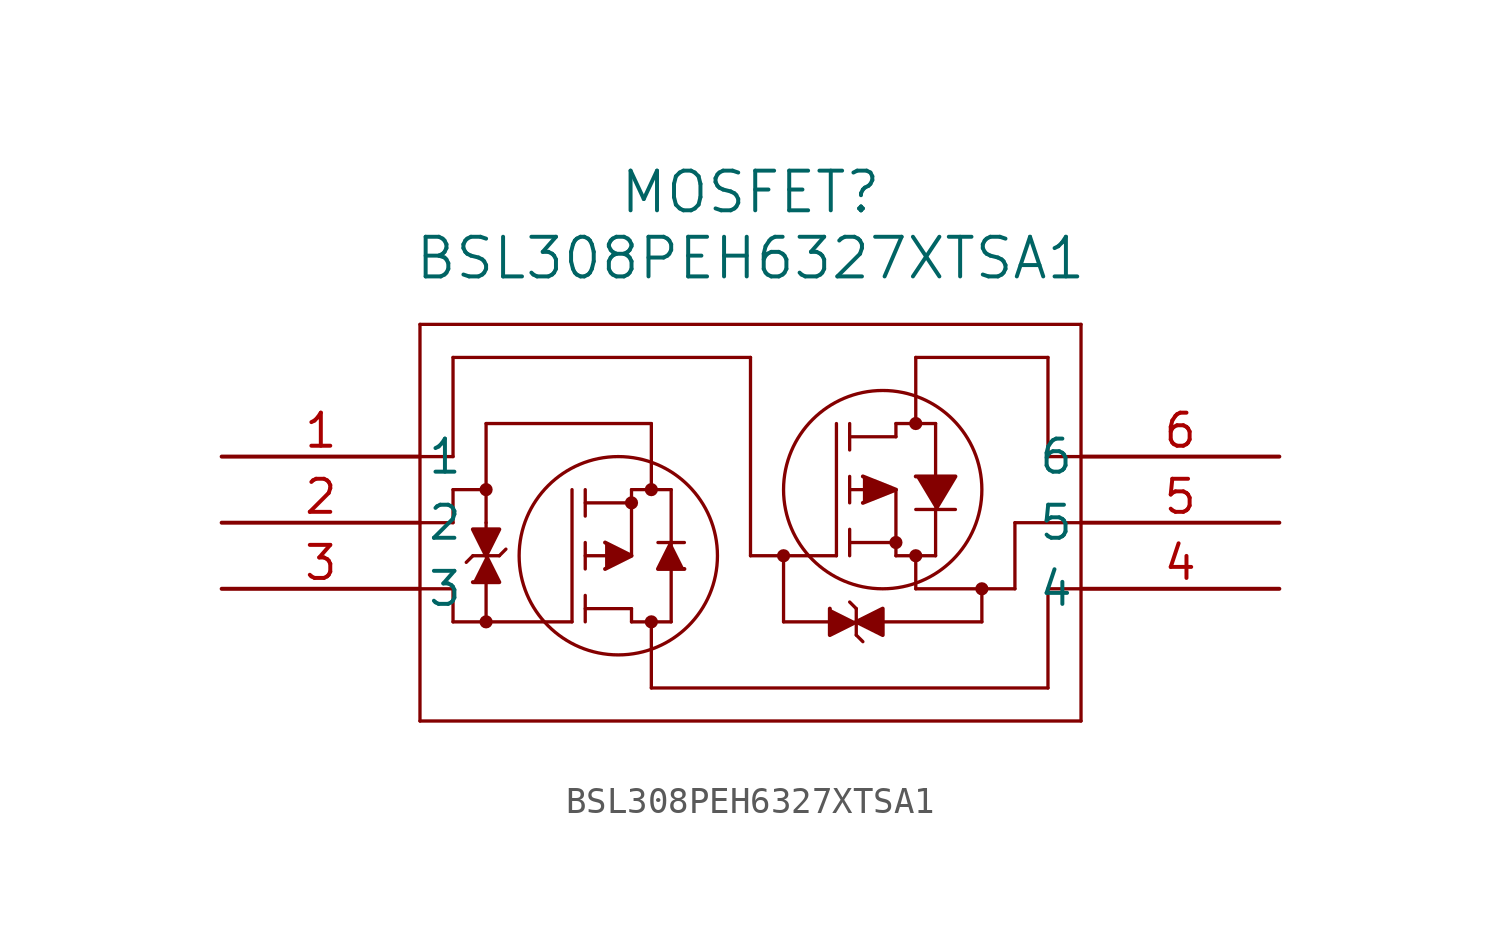
<source format=kicad_sym>
(kicad_symbol_lib
  (version 20211014)
  (generator kicad_symbol_editor)
  (symbol "BSL308PEH6327XTSA1"
    (pin_names
      (offset 0.254))
    (property "Reference" "MOSFET"
      (at 20.32 10.16 0)
      (effects (font (size 1.524 1.524))))
    (property "Value" "BSL308PEH6327XTSA1"
      (at 20.32 7.62 0)
      (effects (font (size 1.524 1.524))))
    (polyline
      (pts (xy 7.62 5.08) (xy 7.62 -10.16))
      (stroke (width 0.127) (type default) (color 0 0 0 0))
      (fill (type none)))
    (polyline
      (pts (xy 7.62 -10.16) (xy 33.02 -10.16))
      (stroke (width 0.127) (type default) (color 0 0 0 0))
      (fill (type none)))
    (polyline
      (pts (xy 33.02 -10.16) (xy 33.02 5.08))
      (stroke (width 0.127) (type default) (color 0 0 0 0))
      (fill (type none)))
    (polyline
      (pts (xy 33.02 5.08) (xy 7.62 5.08))
      (stroke (width 0.127) (type default) (color 0 0 0 0))
      (fill (type none)))
    (circle
      (center 26.67 1.27)
      (radius 0.127)
      (stroke (width 0.254) (type default) (color 0 0 0 0))
      (fill (type none)))
    (circle
      (center 26.67 -3.81)
      (radius 0.127)
      (stroke (width 0.254) (type default) (color 0 0 0 0))
      (fill (type none)))
    (circle
      (center 25.908 -3.302)
      (radius 0.127)
      (stroke (width 0.254) (type default) (color 0 0 0 0))
      (fill (type none)))
    (circle
      (center 25.4 -1.27)
      (radius 3.81)
      (stroke (width 0.127) (type default) (color 0 0 0 0))
      (fill (type none)))
    (polyline
      (pts (xy 21.59 -3.81) (xy 21.59 -6.35))
      (stroke (width 0.127) (type default) (color 0 0 0 0))
      (fill (type none)))
    (polyline
      (pts (xy 23.622 -3.81) (xy 23.622 1.27))
      (stroke (width 0.127) (type default) (color 0 0 0 0))
      (fill (type none)))
    (polyline
      (pts (xy 24.13 -1.778) (xy 24.13 -0.762))
      (stroke (width 0.127) (type default) (color 0 0 0 0))
      (fill (type none)))
    (polyline
      (pts (xy 24.13 -3.81) (xy 24.13 -2.794))
      (stroke (width 0.127) (type default) (color 0 0 0 0))
      (fill (type none)))
    (polyline
      (pts (xy 24.13 0.254) (xy 24.13 1.27))
      (stroke (width 0.127) (type default) (color 0 0 0 0))
      (fill (type none)))
    (polyline
      (pts (xy 25.908 -1.27) (xy 24.13 -1.27))
      (stroke (width 0.127) (type default) (color 0 0 0 0))
      (fill (type none)))
    (polyline
      (pts (xy 24.13 -3.302) (xy 25.908 -3.302))
      (stroke (width 0.127) (type default) (color 0 0 0 0))
      (fill (type none)))
    (polyline
      (pts (xy 25.908 -3.81) (xy 25.908 -1.27))
      (stroke (width 0.127) (type default) (color 0 0 0 0))
      (fill (type none)))
    (polyline
      (pts (xy 25.908 -3.81) (xy 27.432 -3.81))
      (stroke (width 0.127) (type default) (color 0 0 0 0))
      (fill (type none)))
    (polyline
      (pts (xy 24.13 0.762) (xy 25.908 0.762))
      (stroke (width 0.127) (type default) (color 0 0 0 0))
      (fill (type none)))
    (polyline
      (pts (xy 27.432 -0.762) (xy 27.432 1.27))
      (stroke (width 0.127) (type default) (color 0 0 0 0))
      (fill (type none)))
    (polyline
      (pts (xy 27.432 -3.81) (xy 27.432 -2.032))
      (stroke (width 0.127) (type default) (color 0 0 0 0))
      (fill (type none)))
    (polyline
      (pts (xy 26.67 -2.032) (xy 28.194 -2.032))
      (stroke (width 0.127) (type default) (color 0 0 0 0))
      (fill (type none)))
    (polyline
      (pts (xy 25.908 1.27) (xy 27.432 1.27))
      (stroke (width 0.127) (type default) (color 0 0 0 0))
      (fill (type none)))
    (polyline
      (pts (xy 25.908 0.762) (xy 25.908 1.27))
      (stroke (width 0.127) (type default) (color 0 0 0 0))
      (fill (type none)))
    (polyline
      (pts (xy 24.638 -1.778) (xy 25.908 -1.27) (xy 24.638 -0.762))
      (stroke (width 0) (type default) (color 0 0 0 0))
      (fill (type outline)))
    (polyline
      (pts (xy 26.67 -0.762) (xy 28.194 -0.762) (xy 27.432 -2.032))
      (stroke (width 0) (type default) (color 0 0 0 0))
      (fill (type outline)))
    (polyline
      (pts (xy 33.02 0) (xy 31.75 0))
      (stroke (width 0.127) (type default) (color 0 0 0 0))
      (fill (type none)))
    (polyline
      (pts (xy 31.75 0) (xy 31.75 3.81))
      (stroke (width 0.127) (type default) (color 0 0 0 0))
      (fill (type none)))
    (polyline
      (pts (xy 31.75 3.81) (xy 26.67 3.81))
      (stroke (width 0.127) (type default) (color 0 0 0 0))
      (fill (type none)))
    (polyline
      (pts (xy 26.67 3.81) (xy 26.67 1.27))
      (stroke (width 0.127) (type default) (color 0 0 0 0))
      (fill (type none)))
    (polyline
      (pts (xy 33.02 -2.54) (xy 30.48 -2.54))
      (stroke (width 0.127) (type default) (color 0 0 0 0))
      (fill (type none)))
    (polyline
      (pts (xy 30.48 -2.54) (xy 30.48 -5.08))
      (stroke (width 0.127) (type default) (color 0 0 0 0))
      (fill (type none)))
    (polyline
      (pts (xy 30.48 -5.08) (xy 26.67 -5.08))
      (stroke (width 0.127) (type default) (color 0 0 0 0))
      (fill (type none)))
    (polyline
      (pts (xy 26.67 -5.08) (xy 26.67 -3.81))
      (stroke (width 0.127) (type default) (color 0 0 0 0))
      (fill (type none)))
    (polyline
      (pts (xy 33.02 -5.08) (xy 31.75 -5.08))
      (stroke (width 0.127) (type default) (color 0 0 0 0))
      (fill (type none)))
    (polyline
      (pts (xy 31.75 -5.08) (xy 31.75 -8.89))
      (stroke (width 0.127) (type default) (color 0 0 0 0))
      (fill (type none)))
    (polyline
      (pts (xy 23.622 -3.81) (xy 20.32 -3.81))
      (stroke (width 0.127) (type default) (color 0 0 0 0))
      (fill (type none)))
    (polyline
      (pts (xy 20.32 3.81) (xy 20.32 -3.81))
      (stroke (width 0.127) (type default) (color 0 0 0 0))
      (fill (type none)))
    (polyline
      (pts (xy 8.89 0) (xy 7.62 0))
      (stroke (width 0.127) (type default) (color 0 0 0 0))
      (fill (type none)))
    (circle
      (center 16.51 -6.35)
      (radius 0.127)
      (stroke (width 0.254) (type default) (color 0 0 0 0))
      (fill (type none)))
    (circle
      (center 16.51 -1.27)
      (radius 0.127)
      (stroke (width 0.254) (type default) (color 0 0 0 0))
      (fill (type none)))
    (circle
      (center 15.748 -1.778)
      (radius 0.127)
      (stroke (width 0.254) (type default) (color 0 0 0 0))
      (fill (type none)))
    (circle
      (center 15.24 -3.81)
      (radius 3.81)
      (stroke (width 0.127) (type default) (color 0 0 0 0))
      (fill (type none)))
    (polyline
      (pts (xy 7.62 -5.08) (xy 8.89 -5.08))
      (stroke (width 0.127) (type default) (color 0 0 0 0))
      (fill (type none)))
    (polyline
      (pts (xy 13.462 -1.27) (xy 13.462 -6.35))
      (stroke (width 0.127) (type default) (color 0 0 0 0))
      (fill (type none)))
    (polyline
      (pts (xy 13.97 -3.302) (xy 13.97 -4.318))
      (stroke (width 0.127) (type default) (color 0 0 0 0))
      (fill (type none)))
    (polyline
      (pts (xy 13.97 -1.27) (xy 13.97 -2.286))
      (stroke (width 0.127) (type default) (color 0 0 0 0))
      (fill (type none)))
    (polyline
      (pts (xy 13.97 -5.334) (xy 13.97 -6.35))
      (stroke (width 0.127) (type default) (color 0 0 0 0))
      (fill (type none)))
    (polyline
      (pts (xy 13.97 -3.81) (xy 15.748 -3.81))
      (stroke (width 0.127) (type default) (color 0 0 0 0))
      (fill (type none)))
    (polyline
      (pts (xy 13.97 -1.778) (xy 15.748 -1.778))
      (stroke (width 0.127) (type default) (color 0 0 0 0))
      (fill (type none)))
    (polyline
      (pts (xy 15.748 -1.27) (xy 15.748 -3.81))
      (stroke (width 0.127) (type default) (color 0 0 0 0))
      (fill (type none)))
    (polyline
      (pts (xy 15.748 -1.27) (xy 17.272 -1.27))
      (stroke (width 0.127) (type default) (color 0 0 0 0))
      (fill (type none)))
    (polyline
      (pts (xy 13.97 -5.842) (xy 15.748 -5.842))
      (stroke (width 0.127) (type default) (color 0 0 0 0))
      (fill (type none)))
    (polyline
      (pts (xy 17.272 -1.27) (xy 17.272 -6.35))
      (stroke (width 0.127) (type default) (color 0 0 0 0))
      (fill (type none)))
    (polyline
      (pts (xy 17.78 -3.302) (xy 16.764 -3.302))
      (stroke (width 0.127) (type default) (color 0 0 0 0))
      (fill (type none)))
    (polyline
      (pts (xy 15.748 -6.35) (xy 17.272 -6.35))
      (stroke (width 0.127) (type default) (color 0 0 0 0))
      (fill (type none)))
    (polyline
      (pts (xy 15.748 -5.842) (xy 15.748 -6.35))
      (stroke (width 0.127) (type default) (color 0 0 0 0))
      (fill (type none)))
    (polyline
      (pts (xy 14.732 -4.318) (xy 15.748 -3.81) (xy 14.732 -3.302))
      (stroke (width 0) (type default) (color 0 0 0 0))
      (fill (type outline)))
    (polyline
      (pts (xy 17.78 -4.318) (xy 16.764 -4.318) (xy 17.272 -3.302))
      (stroke (width 0) (type default) (color 0 0 0 0))
      (fill (type outline)))
    (polyline
      (pts (xy 8.89 0) (xy 8.89 3.81))
      (stroke (width 0.127) (type default) (color 0 0 0 0))
      (fill (type none)))
    (polyline
      (pts (xy 8.89 3.81) (xy 20.32 3.81))
      (stroke (width 0.127) (type default) (color 0 0 0 0))
      (fill (type none)))
    (polyline
      (pts (xy 7.62 -2.54) (xy 8.89 -2.54))
      (stroke (width 0.127) (type default) (color 0 0 0 0))
      (fill (type none)))
    (polyline
      (pts (xy 10.16 -2.54) (xy 10.16 1.27))
      (stroke (width 0.127) (type default) (color 0 0 0 0))
      (fill (type none)))
    (polyline
      (pts (xy 10.16 1.27) (xy 16.51 1.27))
      (stroke (width 0.127) (type default) (color 0 0 0 0))
      (fill (type none)))
    (polyline
      (pts (xy 16.51 1.27) (xy 16.51 -1.27))
      (stroke (width 0.127) (type default) (color 0 0 0 0))
      (fill (type none)))
    (polyline
      (pts (xy 10.16 -2.54) (xy 10.16 -3.048))
      (stroke (width 0.127) (type default) (color 0 0 0 0))
      (fill (type none)))
    (polyline
      (pts (xy 8.89 -6.35) (xy 13.462 -6.35))
      (stroke (width 0.127) (type default) (color 0 0 0 0))
      (fill (type none)))
    (polyline
      (pts (xy 16.51 -8.89) (xy 16.51 -6.35))
      (stroke (width 0.127) (type default) (color 0 0 0 0))
      (fill (type none)))
    (polyline
      (pts (xy 16.51 -8.89) (xy 31.75 -8.89))
      (stroke (width 0.127) (type default) (color 0 0 0 0))
      (fill (type none)))
    (polyline
      (pts (xy 21.59 -6.35) (xy 23.368 -6.35))
      (stroke (width 0.127) (type default) (color 0 0 0 0))
      (fill (type none)))
    (polyline
      (pts (xy 29.21 -5.08) (xy 29.21 -6.35))
      (stroke (width 0.127) (type default) (color 0 0 0 0))
      (fill (type none)))
    (polyline
      (pts (xy 23.368 -5.842) (xy 23.368 -6.858) (xy 24.384 -6.35) (xy 25.4 -6.858) (xy 25.4 -5.842) (xy 24.384 -6.35))
      (stroke (width 0) (type default) (color 0 0 0 0))
      (fill (type outline)))
    (polyline
      (pts (xy 25.4 -6.35) (xy 29.21 -6.35))
      (stroke (width 0.127) (type default) (color 0 0 0 0))
      (fill (type none)))
    (polyline
      (pts (xy 24.384 -5.842) (xy 24.384 -6.858))
      (stroke (width 0.127) (type default) (color 0 0 0 0))
      (fill (type none)))
    (polyline
      (pts (xy 24.384 -5.842) (xy 24.13 -5.588))
      (stroke (width 0.127) (type default) (color 0 0 0 0))
      (fill (type none)))
    (polyline
      (pts (xy 24.384 -6.858) (xy 24.638 -7.112))
      (stroke (width 0.127) (type default) (color 0 0 0 0))
      (fill (type none)))
    (circle
      (center 21.59 -3.81)
      (radius 0.127)
      (stroke (width 0.254) (type default) (color 0 0 0 0))
      (fill (type none)))
    (circle
      (center 29.21 -5.08)
      (radius 0.127)
      (stroke (width 0.254) (type default) (color 0 0 0 0))
      (fill (type none)))
    (polyline
      (pts (xy 9.652 -3.81) (xy 10.668 -3.81))
      (stroke (width 0.127) (type default) (color 0 0 0 0))
      (fill (type none)))
    (polyline
      (pts (xy 9.652 -3.81) (xy 9.398 -4.064))
      (stroke (width 0.127) (type default) (color 0 0 0 0))
      (fill (type none)))
    (polyline
      (pts (xy 10.668 -3.81) (xy 10.922 -3.556))
      (stroke (width 0.127) (type default) (color 0 0 0 0))
      (fill (type none)))
    (polyline
      (pts (xy 9.652 -4.826) (xy 10.668 -4.826) (xy 10.16 -3.81) (xy 10.668 -2.794) (xy 9.652 -2.794) (xy 10.16 -3.81))
      (stroke (width 0) (type default) (color 0 0 0 0))
      (fill (type outline)))
    (polyline
      (pts (xy 10.16 -6.35) (xy 10.16 -4.826))
      (stroke (width 0.127) (type default) (color 0 0 0 0))
      (fill (type none)))
    (circle
      (center 10.16 -6.35)
      (radius 0.127)
      (stroke (width 0.254) (type default) (color 0 0 0 0))
      (fill (type none)))
    (circle
      (center 10.16 -1.27)
      (radius 0.127)
      (stroke (width 0.254) (type default) (color 0 0 0 0))
      (fill (type none)))
    (polyline
      (pts (xy 8.89 -2.54) (xy 8.89 -1.27))
      (stroke (width 0.127) (type default) (color 0 0 0 0))
      (fill (type none)))
    (polyline
      (pts (xy 8.89 -1.27) (xy 10.16 -1.27))
      (stroke (width 0.127) (type default) (color 0 0 0 0))
      (fill (type none)))
    (polyline
      (pts (xy 8.89 -5.08) (xy 8.89 -6.35))
      (stroke (width 0.127) (type default) (color 0 0 0 0))
      (fill (type none)))
    (pin unspecified line
      (at 0 0 0)
      (length 7.62)
      (name "1" (effects (font (size 1.27 1.27))))
      (number "1" (effects (font (size 1.27 1.27)))))
    (pin unspecified line
      (at 0 -2.54 0)
      (length 7.62)
      (name "2" (effects (font (size 1.27 1.27))))
      (number "2" (effects (font (size 1.27 1.27)))))
    (pin unspecified line
      (at 0 -5.08 0)
      (length 7.62)
      (name "3" (effects (font (size 1.27 1.27))))
      (number "3" (effects (font (size 1.27 1.27)))))
    (pin unspecified line
      (at 40.64 -5.08 180)
      (length 7.62)
      (name "4" (effects (font (size 1.27 1.27))))
      (number "4" (effects (font (size 1.27 1.27)))))
    (pin unspecified line
      (at 40.64 -2.54 180)
      (length 7.62)
      (name "5" (effects (font (size 1.27 1.27))))
      (number "5" (effects (font (size 1.27 1.27)))))
    (pin unspecified line
      (at 40.64 0 180)
      (length 7.62)
      (name "6" (effects (font (size 1.27 1.27))))
      (number "6" (effects (font (size 1.27 1.27)))))))
</source>
